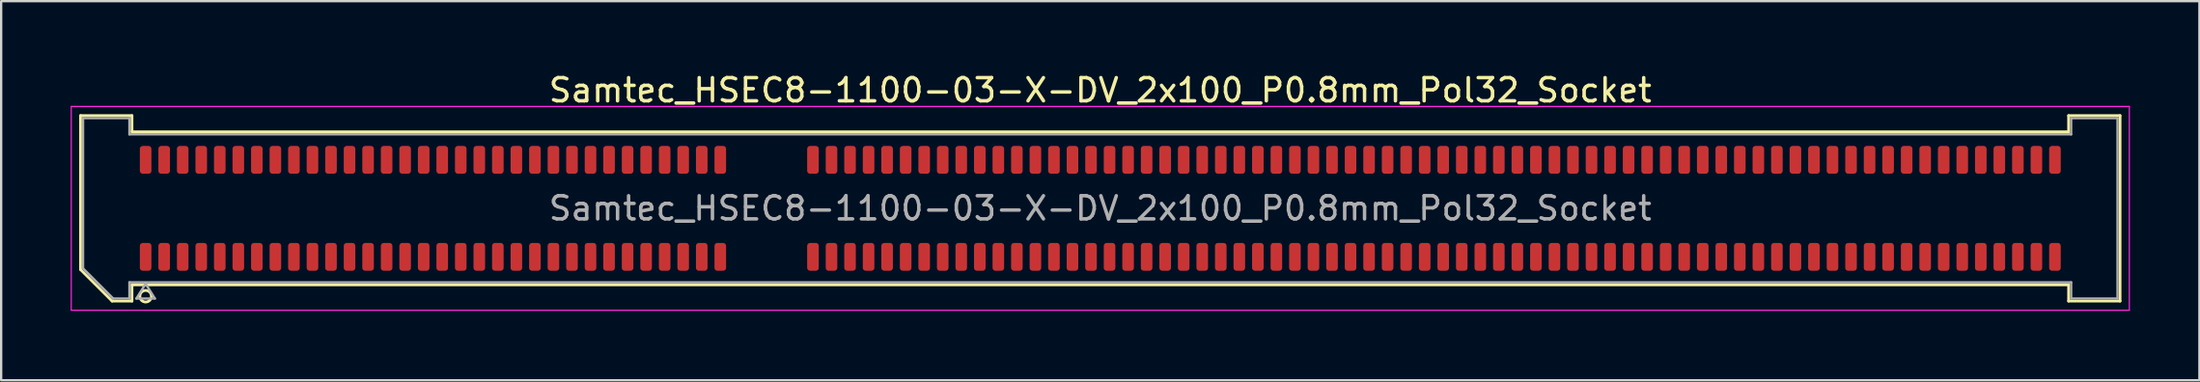
<source format=kicad_pcb>
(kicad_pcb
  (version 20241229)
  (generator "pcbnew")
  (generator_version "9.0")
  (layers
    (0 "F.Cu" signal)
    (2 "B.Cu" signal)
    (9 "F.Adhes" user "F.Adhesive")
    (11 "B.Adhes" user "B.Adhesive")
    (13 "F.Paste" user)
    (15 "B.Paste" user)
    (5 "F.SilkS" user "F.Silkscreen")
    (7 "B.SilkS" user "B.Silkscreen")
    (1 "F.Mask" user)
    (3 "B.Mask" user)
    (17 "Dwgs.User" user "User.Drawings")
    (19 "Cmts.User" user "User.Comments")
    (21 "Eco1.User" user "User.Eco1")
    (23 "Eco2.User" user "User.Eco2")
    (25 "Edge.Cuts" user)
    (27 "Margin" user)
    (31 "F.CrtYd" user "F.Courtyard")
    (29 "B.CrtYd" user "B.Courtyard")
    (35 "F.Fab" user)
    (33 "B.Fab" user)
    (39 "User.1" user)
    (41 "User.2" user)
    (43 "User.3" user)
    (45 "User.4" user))
  (footprint "Samtec_HSEC8-1100-03-X-DV_2x100_P0.8mm_Pol32_Socket"
    (layer "F.Cu")
    (at 44.435 5.948)
    (property "Reference" "Samtec_HSEC8-1100-03-X-DV_2x100_P0.8mm_Pol32_Socket" (at 0 -5.1 0) (layer "F.SilkS") (effects (font (size 1 1) (thickness 0.15))))
    (attr smd)
    (fp_line (start -44.01 -4.005) (end -41.79 -4.005) (stroke (width 0.12) (type solid)) (layer "F.SilkS"))
    (fp_line (start -44.01 2.641) (end -44.01 -4.005) (stroke (width 0.12) (type solid)) (layer "F.SilkS"))
    (fp_line (start -42.646 4.005) (end -44.01 2.641) (stroke (width 0.12) (type solid)) (layer "F.SilkS"))
    (fp_line (start -41.79 -4.005) (end -41.79 -3.305) (stroke (width 0.12) (type solid)) (layer "F.SilkS"))
    (fp_line (start -41.79 -3.305) (end 41.79 -3.305) (stroke (width 0.12) (type solid)) (layer "F.SilkS"))
    (fp_line (start -41.79 3.305) (end -41.79 4.005) (stroke (width 0.12) (type solid)) (layer "F.SilkS"))
    (fp_line (start -41.79 4.005) (end -42.646 4.005) (stroke (width 0.12) (type solid)) (layer "F.SilkS"))
    (fp_line (start 41.79 -4.005) (end 44.01 -4.005) (stroke (width 0.12) (type solid)) (layer "F.SilkS"))
    (fp_line (start 41.79 -3.305) (end 41.79 -4.005) (stroke (width 0.12) (type solid)) (layer "F.SilkS"))
    (fp_line (start 41.79 3.305) (end -41.79 3.305) (stroke (width 0.12) (type solid)) (layer "F.SilkS"))
    (fp_line (start 41.79 4.005) (end 41.79 3.305) (stroke (width 0.12) (type solid)) (layer "F.SilkS"))
    (fp_line (start 44.01 -4.005) (end 44.01 4.005) (stroke (width 0.12) (type solid)) (layer "F.SilkS"))
    (fp_line (start 44.01 4.005) (end 41.79 4.005) (stroke (width 0.12) (type solid)) (layer "F.SilkS"))
    (fp_circle (center -41.2 3.795) (end -40.95 3.795) (stroke (width 0.12) (type solid)) (fill no) (layer "F.SilkS"))
    (fp_line (start -44.41 -4.4) (end -44.41 4.4) (stroke (width 0.05) (type solid)) (layer "F.CrtYd"))
    (fp_line (start -44.41 4.4) (end 44.41 4.4) (stroke (width 0.05) (type solid)) (layer "F.CrtYd"))
    (fp_line (start 44.41 -4.4) (end -44.41 -4.4) (stroke (width 0.05) (type solid)) (layer "F.CrtYd"))
    (fp_line (start 44.41 4.4) (end 44.41 -4.4) (stroke (width 0.05) (type solid)) (layer "F.CrtYd"))
    (fp_line (start -43.9 -3.895) (end -41.9 -3.895) (stroke (width 0.1) (type solid)) (layer "F.Fab"))
    (fp_line (start -43.9 2.595) (end -43.9 -3.895) (stroke (width 0.1) (type solid)) (layer "F.Fab"))
    (fp_line (start -42.6 3.895) (end -43.9 2.595) (stroke (width 0.1) (type solid)) (layer "F.Fab"))
    (fp_line (start -41.9 -3.895) (end -41.9 -3.195) (stroke (width 0.1) (type solid)) (layer "F.Fab"))
    (fp_line (start -41.9 -3.195) (end 41.9 -3.195) (stroke (width 0.1) (type solid)) (layer "F.Fab"))
    (fp_line (start -41.9 3.195) (end -41.9 3.895) (stroke (width 0.1) (type solid)) (layer "F.Fab"))
    (fp_line (start -41.9 3.895) (end -42.6 3.895) (stroke (width 0.1) (type solid)) (layer "F.Fab"))
    (fp_line (start -41.6 3.895) (end -41.2 3.255) (stroke (width 0.1) (type solid)) (layer "F.Fab"))
    (fp_line (start -41.2 3.255) (end -40.8 3.895) (stroke (width 0.1) (type solid)) (layer "F.Fab"))
    (fp_line (start -40.8 3.895) (end -41.6 3.895) (stroke (width 0.1) (type solid)) (layer "F.Fab"))
    (fp_line (start 41.9 -3.895) (end 43.9 -3.895) (stroke (width 0.1) (type solid)) (layer "F.Fab"))
    (fp_line (start 41.9 -3.195) (end 41.9 -3.895) (stroke (width 0.1) (type solid)) (layer "F.Fab"))
    (fp_line (start 41.9 3.195) (end -41.9 3.195) (stroke (width 0.1) (type solid)) (layer "F.Fab"))
    (fp_line (start 41.9 3.895) (end 41.9 3.195) (stroke (width 0.1) (type solid)) (layer "F.Fab"))
    (fp_line (start 43.9 -3.895) (end 43.9 3.895) (stroke (width 0.1) (type solid)) (layer "F.Fab"))
    (fp_line (start 43.9 3.895) (end 41.9 3.895) (stroke (width 0.1) (type solid)) (layer "F.Fab"))
    (fp_text user "${REFERENCE}" (at 0 0 0) (layer "F.Fab") (effects (font (size 1 1) (thickness 0.15))))
    (pad "1" smd roundrect (at -41.2 2.095) (size 0.5 1.2) (layers "F.Cu" "F.Mask" "F.Paste") (roundrect_rratio 0.25))
    (pad "2" smd roundrect (at -41.2 -2.095) (size 0.5 1.2) (layers "F.Cu" "F.Mask" "F.Paste") (roundrect_rratio 0.25))
    (pad "3" smd roundrect (at -40.4 2.095) (size 0.5 1.2) (layers "F.Cu" "F.Mask" "F.Paste") (roundrect_rratio 0.25))
    (pad "4" smd roundrect (at -40.4 -2.095) (size 0.5 1.2) (layers "F.Cu" "F.Mask" "F.Paste") (roundrect_rratio 0.25))
    (pad "5" smd roundrect (at -39.6 2.095) (size 0.5 1.2) (layers "F.Cu" "F.Mask" "F.Paste") (roundrect_rratio 0.25))
    (pad "6" smd roundrect (at -39.6 -2.095) (size 0.5 1.2) (layers "F.Cu" "F.Mask" "F.Paste") (roundrect_rratio 0.25))
    (pad "7" smd roundrect (at -38.8 2.095) (size 0.5 1.2) (layers "F.Cu" "F.Mask" "F.Paste") (roundrect_rratio 0.25))
    (pad "8" smd roundrect (at -38.8 -2.095) (size 0.5 1.2) (layers "F.Cu" "F.Mask" "F.Paste") (roundrect_rratio 0.25))
    (pad "9" smd roundrect (at -38 2.095) (size 0.5 1.2) (layers "F.Cu" "F.Mask" "F.Paste") (roundrect_rratio 0.25))
    (pad "10" smd roundrect (at -38 -2.095) (size 0.5 1.2) (layers "F.Cu" "F.Mask" "F.Paste") (roundrect_rratio 0.25))
    (pad "11" smd roundrect (at -37.2 2.095) (size 0.5 1.2) (layers "F.Cu" "F.Mask" "F.Paste") (roundrect_rratio 0.25))
    (pad "12" smd roundrect (at -37.2 -2.095) (size 0.5 1.2) (layers "F.Cu" "F.Mask" "F.Paste") (roundrect_rratio 0.25))
    (pad "13" smd roundrect (at -36.4 2.095) (size 0.5 1.2) (layers "F.Cu" "F.Mask" "F.Paste") (roundrect_rratio 0.25))
    (pad "14" smd roundrect (at -36.4 -2.095) (size 0.5 1.2) (layers "F.Cu" "F.Mask" "F.Paste") (roundrect_rratio 0.25))
    (pad "15" smd roundrect (at -35.6 2.095) (size 0.5 1.2) (layers "F.Cu" "F.Mask" "F.Paste") (roundrect_rratio 0.25))
    (pad "16" smd roundrect (at -35.6 -2.095) (size 0.5 1.2) (layers "F.Cu" "F.Mask" "F.Paste") (roundrect_rratio 0.25))
    (pad "17" smd roundrect (at -34.8 2.095) (size 0.5 1.2) (layers "F.Cu" "F.Mask" "F.Paste") (roundrect_rratio 0.25))
    (pad "18" smd roundrect (at -34.8 -2.095) (size 0.5 1.2) (layers "F.Cu" "F.Mask" "F.Paste") (roundrect_rratio 0.25))
    (pad "19" smd roundrect (at -34 2.095) (size 0.5 1.2) (layers "F.Cu" "F.Mask" "F.Paste") (roundrect_rratio 0.25))
    (pad "20" smd roundrect (at -34 -2.095) (size 0.5 1.2) (layers "F.Cu" "F.Mask" "F.Paste") (roundrect_rratio 0.25))
    (pad "21" smd roundrect (at -33.2 2.095) (size 0.5 1.2) (layers "F.Cu" "F.Mask" "F.Paste") (roundrect_rratio 0.25))
    (pad "22" smd roundrect (at -33.2 -2.095) (size 0.5 1.2) (layers "F.Cu" "F.Mask" "F.Paste") (roundrect_rratio 0.25))
    (pad "23" smd roundrect (at -32.4 2.095) (size 0.5 1.2) (layers "F.Cu" "F.Mask" "F.Paste") (roundrect_rratio 0.25))
    (pad "24" smd roundrect (at -32.4 -2.095) (size 0.5 1.2) (layers "F.Cu" "F.Mask" "F.Paste") (roundrect_rratio 0.25))
    (pad "25" smd roundrect (at -31.6 2.095) (size 0.5 1.2) (layers "F.Cu" "F.Mask" "F.Paste") (roundrect_rratio 0.25))
    (pad "26" smd roundrect (at -31.6 -2.095) (size 0.5 1.2) (layers "F.Cu" "F.Mask" "F.Paste") (roundrect_rratio 0.25))
    (pad "27" smd roundrect (at -30.8 2.095) (size 0.5 1.2) (layers "F.Cu" "F.Mask" "F.Paste") (roundrect_rratio 0.25))
    (pad "28" smd roundrect (at -30.8 -2.095) (size 0.5 1.2) (layers "F.Cu" "F.Mask" "F.Paste") (roundrect_rratio 0.25))
    (pad "29" smd roundrect (at -30 2.095) (size 0.5 1.2) (layers "F.Cu" "F.Mask" "F.Paste") (roundrect_rratio 0.25))
    (pad "30" smd roundrect (at -30 -2.095) (size 0.5 1.2) (layers "F.Cu" "F.Mask" "F.Paste") (roundrect_rratio 0.25))
    (pad "31" smd roundrect (at -29.2 2.095) (size 0.5 1.2) (layers "F.Cu" "F.Mask" "F.Paste") (roundrect_rratio 0.25))
    (pad "32" smd roundrect (at -29.2 -2.095) (size 0.5 1.2) (layers "F.Cu" "F.Mask" "F.Paste") (roundrect_rratio 0.25))
    (pad "33" smd roundrect (at -28.4 2.095) (size 0.5 1.2) (layers "F.Cu" "F.Mask" "F.Paste") (roundrect_rratio 0.25))
    (pad "34" smd roundrect (at -28.4 -2.095) (size 0.5 1.2) (layers "F.Cu" "F.Mask" "F.Paste") (roundrect_rratio 0.25))
    (pad "35" smd roundrect (at -27.6 2.095) (size 0.5 1.2) (layers "F.Cu" "F.Mask" "F.Paste") (roundrect_rratio 0.25))
    (pad "36" smd roundrect (at -27.6 -2.095) (size 0.5 1.2) (layers "F.Cu" "F.Mask" "F.Paste") (roundrect_rratio 0.25))
    (pad "37" smd roundrect (at -26.8 2.095) (size 0.5 1.2) (layers "F.Cu" "F.Mask" "F.Paste") (roundrect_rratio 0.25))
    (pad "38" smd roundrect (at -26.8 -2.095) (size 0.5 1.2) (layers "F.Cu" "F.Mask" "F.Paste") (roundrect_rratio 0.25))
    (pad "39" smd roundrect (at -26 2.095) (size 0.5 1.2) (layers "F.Cu" "F.Mask" "F.Paste") (roundrect_rratio 0.25))
    (pad "40" smd roundrect (at -26 -2.095) (size 0.5 1.2) (layers "F.Cu" "F.Mask" "F.Paste") (roundrect_rratio 0.25))
    (pad "41" smd roundrect (at -25.2 2.095) (size 0.5 1.2) (layers "F.Cu" "F.Mask" "F.Paste") (roundrect_rratio 0.25))
    (pad "42" smd roundrect (at -25.2 -2.095) (size 0.5 1.2) (layers "F.Cu" "F.Mask" "F.Paste") (roundrect_rratio 0.25))
    (pad "43" smd roundrect (at -24.4 2.095) (size 0.5 1.2) (layers "F.Cu" "F.Mask" "F.Paste") (roundrect_rratio 0.25))
    (pad "44" smd roundrect (at -24.4 -2.095) (size 0.5 1.2) (layers "F.Cu" "F.Mask" "F.Paste") (roundrect_rratio 0.25))
    (pad "45" smd roundrect (at -23.6 2.095) (size 0.5 1.2) (layers "F.Cu" "F.Mask" "F.Paste") (roundrect_rratio 0.25))
    (pad "46" smd roundrect (at -23.6 -2.095) (size 0.5 1.2) (layers "F.Cu" "F.Mask" "F.Paste") (roundrect_rratio 0.25))
    (pad "47" smd roundrect (at -22.8 2.095) (size 0.5 1.2) (layers "F.Cu" "F.Mask" "F.Paste") (roundrect_rratio 0.25))
    (pad "48" smd roundrect (at -22.8 -2.095) (size 0.5 1.2) (layers "F.Cu" "F.Mask" "F.Paste") (roundrect_rratio 0.25))
    (pad "49" smd roundrect (at -22 2.095) (size 0.5 1.2) (layers "F.Cu" "F.Mask" "F.Paste") (roundrect_rratio 0.25))
    (pad "50" smd roundrect (at -22 -2.095) (size 0.5 1.2) (layers "F.Cu" "F.Mask" "F.Paste") (roundrect_rratio 0.25))
    (pad "51" smd roundrect (at -21.2 2.095) (size 0.5 1.2) (layers "F.Cu" "F.Mask" "F.Paste") (roundrect_rratio 0.25))
    (pad "52" smd roundrect (at -21.2 -2.095) (size 0.5 1.2) (layers "F.Cu" "F.Mask" "F.Paste") (roundrect_rratio 0.25))
    (pad "53" smd roundrect (at -20.4 2.095) (size 0.5 1.2) (layers "F.Cu" "F.Mask" "F.Paste") (roundrect_rratio 0.25))
    (pad "54" smd roundrect (at -20.4 -2.095) (size 0.5 1.2) (layers "F.Cu" "F.Mask" "F.Paste") (roundrect_rratio 0.25))
    (pad "55" smd roundrect (at -19.6 2.095) (size 0.5 1.2) (layers "F.Cu" "F.Mask" "F.Paste") (roundrect_rratio 0.25))
    (pad "56" smd roundrect (at -19.6 -2.095) (size 0.5 1.2) (layers "F.Cu" "F.Mask" "F.Paste") (roundrect_rratio 0.25))
    (pad "57" smd roundrect (at -18.8 2.095) (size 0.5 1.2) (layers "F.Cu" "F.Mask" "F.Paste") (roundrect_rratio 0.25))
    (pad "58" smd roundrect (at -18.8 -2.095) (size 0.5 1.2) (layers "F.Cu" "F.Mask" "F.Paste") (roundrect_rratio 0.25))
    (pad "59" smd roundrect (at -18 2.095) (size 0.5 1.2) (layers "F.Cu" "F.Mask" "F.Paste") (roundrect_rratio 0.25))
    (pad "60" smd roundrect (at -18 -2.095) (size 0.5 1.2) (layers "F.Cu" "F.Mask" "F.Paste") (roundrect_rratio 0.25))
    (pad "61" smd roundrect (at -17.2 2.095) (size 0.5 1.2) (layers "F.Cu" "F.Mask" "F.Paste") (roundrect_rratio 0.25))
    (pad "62" smd roundrect (at -17.2 -2.095) (size 0.5 1.2) (layers "F.Cu" "F.Mask" "F.Paste") (roundrect_rratio 0.25))
    (pad "63" smd roundrect (at -16.4 2.095) (size 0.5 1.2) (layers "F.Cu" "F.Mask" "F.Paste") (roundrect_rratio 0.25))
    (pad "64" smd roundrect (at -16.4 -2.095) (size 0.5 1.2) (layers "F.Cu" "F.Mask" "F.Paste") (roundrect_rratio 0.25))
    (pad "65" smd roundrect (at -12.4 2.095) (size 0.5 1.2) (layers "F.Cu" "F.Mask" "F.Paste") (roundrect_rratio 0.25))
    (pad "66" smd roundrect (at -12.4 -2.095) (size 0.5 1.2) (layers "F.Cu" "F.Mask" "F.Paste") (roundrect_rratio 0.25))
    (pad "67" smd roundrect (at -11.6 2.095) (size 0.5 1.2) (layers "F.Cu" "F.Mask" "F.Paste") (roundrect_rratio 0.25))
    (pad "68" smd roundrect (at -11.6 -2.095) (size 0.5 1.2) (layers "F.Cu" "F.Mask" "F.Paste") (roundrect_rratio 0.25))
    (pad "69" smd roundrect (at -10.8 2.095) (size 0.5 1.2) (layers "F.Cu" "F.Mask" "F.Paste") (roundrect_rratio 0.25))
    (pad "70" smd roundrect (at -10.8 -2.095) (size 0.5 1.2) (layers "F.Cu" "F.Mask" "F.Paste") (roundrect_rratio 0.25))
    (pad "71" smd roundrect (at -10 2.095) (size 0.5 1.2) (layers "F.Cu" "F.Mask" "F.Paste") (roundrect_rratio 0.25))
    (pad "72" smd roundrect (at -10 -2.095) (size 0.5 1.2) (layers "F.Cu" "F.Mask" "F.Paste") (roundrect_rratio 0.25))
    (pad "73" smd roundrect (at -9.2 2.095) (size 0.5 1.2) (layers "F.Cu" "F.Mask" "F.Paste") (roundrect_rratio 0.25))
    (pad "74" smd roundrect (at -9.2 -2.095) (size 0.5 1.2) (layers "F.Cu" "F.Mask" "F.Paste") (roundrect_rratio 0.25))
    (pad "75" smd roundrect (at -8.4 2.095) (size 0.5 1.2) (layers "F.Cu" "F.Mask" "F.Paste") (roundrect_rratio 0.25))
    (pad "76" smd roundrect (at -8.4 -2.095) (size 0.5 1.2) (layers "F.Cu" "F.Mask" "F.Paste") (roundrect_rratio 0.25))
    (pad "77" smd roundrect (at -7.6 2.095) (size 0.5 1.2) (layers "F.Cu" "F.Mask" "F.Paste") (roundrect_rratio 0.25))
    (pad "78" smd roundrect (at -7.6 -2.095) (size 0.5 1.2) (layers "F.Cu" "F.Mask" "F.Paste") (roundrect_rratio 0.25))
    (pad "79" smd roundrect (at -6.8 2.095) (size 0.5 1.2) (layers "F.Cu" "F.Mask" "F.Paste") (roundrect_rratio 0.25))
    (pad "80" smd roundrect (at -6.8 -2.095) (size 0.5 1.2) (layers "F.Cu" "F.Mask" "F.Paste") (roundrect_rratio 0.25))
    (pad "81" smd roundrect (at -6 2.095) (size 0.5 1.2) (layers "F.Cu" "F.Mask" "F.Paste") (roundrect_rratio 0.25))
    (pad "82" smd roundrect (at -6 -2.095) (size 0.5 1.2) (layers "F.Cu" "F.Mask" "F.Paste") (roundrect_rratio 0.25))
    (pad "83" smd roundrect (at -5.2 2.095) (size 0.5 1.2) (layers "F.Cu" "F.Mask" "F.Paste") (roundrect_rratio 0.25))
    (pad "84" smd roundrect (at -5.2 -2.095) (size 0.5 1.2) (layers "F.Cu" "F.Mask" "F.Paste") (roundrect_rratio 0.25))
    (pad "85" smd roundrect (at -4.4 2.095) (size 0.5 1.2) (layers "F.Cu" "F.Mask" "F.Paste") (roundrect_rratio 0.25))
    (pad "86" smd roundrect (at -4.4 -2.095) (size 0.5 1.2) (layers "F.Cu" "F.Mask" "F.Paste") (roundrect_rratio 0.25))
    (pad "87" smd roundrect (at -3.6 2.095) (size 0.5 1.2) (layers "F.Cu" "F.Mask" "F.Paste") (roundrect_rratio 0.25))
    (pad "88" smd roundrect (at -3.6 -2.095) (size 0.5 1.2) (layers "F.Cu" "F.Mask" "F.Paste") (roundrect_rratio 0.25))
    (pad "89" smd roundrect (at -2.8 2.095) (size 0.5 1.2) (layers "F.Cu" "F.Mask" "F.Paste") (roundrect_rratio 0.25))
    (pad "90" smd roundrect (at -2.8 -2.095) (size 0.5 1.2) (layers "F.Cu" "F.Mask" "F.Paste") (roundrect_rratio 0.25))
    (pad "91" smd roundrect (at -2 2.095) (size 0.5 1.2) (layers "F.Cu" "F.Mask" "F.Paste") (roundrect_rratio 0.25))
    (pad "92" smd roundrect (at -2 -2.095) (size 0.5 1.2) (layers "F.Cu" "F.Mask" "F.Paste") (roundrect_rratio 0.25))
    (pad "93" smd roundrect (at -1.2 2.095) (size 0.5 1.2) (layers "F.Cu" "F.Mask" "F.Paste") (roundrect_rratio 0.25))
    (pad "94" smd roundrect (at -1.2 -2.095) (size 0.5 1.2) (layers "F.Cu" "F.Mask" "F.Paste") (roundrect_rratio 0.25))
    (pad "95" smd roundrect (at -0.4 2.095) (size 0.5 1.2) (layers "F.Cu" "F.Mask" "F.Paste") (roundrect_rratio 0.25))
    (pad "96" smd roundrect (at -0.4 -2.095) (size 0.5 1.2) (layers "F.Cu" "F.Mask" "F.Paste") (roundrect_rratio 0.25))
    (pad "97" smd roundrect (at 0.4 2.095) (size 0.5 1.2) (layers "F.Cu" "F.Mask" "F.Paste") (roundrect_rratio 0.25))
    (pad "98" smd roundrect (at 0.4 -2.095) (size 0.5 1.2) (layers "F.Cu" "F.Mask" "F.Paste") (roundrect_rratio 0.25))
    (pad "99" smd roundrect (at 1.2 2.095) (size 0.5 1.2) (layers "F.Cu" "F.Mask" "F.Paste") (roundrect_rratio 0.25))
    (pad "100" smd roundrect (at 1.2 -2.095) (size 0.5 1.2) (layers "F.Cu" "F.Mask" "F.Paste") (roundrect_rratio 0.25))
    (pad "101" smd roundrect (at 2 2.095) (size 0.5 1.2) (layers "F.Cu" "F.Mask" "F.Paste") (roundrect_rratio 0.25))
    (pad "102" smd roundrect (at 2 -2.095) (size 0.5 1.2) (layers "F.Cu" "F.Mask" "F.Paste") (roundrect_rratio 0.25))
    (pad "103" smd roundrect (at 2.8 2.095) (size 0.5 1.2) (layers "F.Cu" "F.Mask" "F.Paste") (roundrect_rratio 0.25))
    (pad "104" smd roundrect (at 2.8 -2.095) (size 0.5 1.2) (layers "F.Cu" "F.Mask" "F.Paste") (roundrect_rratio 0.25))
    (pad "105" smd roundrect (at 3.6 2.095) (size 0.5 1.2) (layers "F.Cu" "F.Mask" "F.Paste") (roundrect_rratio 0.25))
    (pad "106" smd roundrect (at 3.6 -2.095) (size 0.5 1.2) (layers "F.Cu" "F.Mask" "F.Paste") (roundrect_rratio 0.25))
    (pad "107" smd roundrect (at 4.4 2.095) (size 0.5 1.2) (layers "F.Cu" "F.Mask" "F.Paste") (roundrect_rratio 0.25))
    (pad "108" smd roundrect (at 4.4 -2.095) (size 0.5 1.2) (layers "F.Cu" "F.Mask" "F.Paste") (roundrect_rratio 0.25))
    (pad "109" smd roundrect (at 5.2 2.095) (size 0.5 1.2) (layers "F.Cu" "F.Mask" "F.Paste") (roundrect_rratio 0.25))
    (pad "110" smd roundrect (at 5.2 -2.095) (size 0.5 1.2) (layers "F.Cu" "F.Mask" "F.Paste") (roundrect_rratio 0.25))
    (pad "111" smd roundrect (at 6 2.095) (size 0.5 1.2) (layers "F.Cu" "F.Mask" "F.Paste") (roundrect_rratio 0.25))
    (pad "112" smd roundrect (at 6 -2.095) (size 0.5 1.2) (layers "F.Cu" "F.Mask" "F.Paste") (roundrect_rratio 0.25))
    (pad "113" smd roundrect (at 6.8 2.095) (size 0.5 1.2) (layers "F.Cu" "F.Mask" "F.Paste") (roundrect_rratio 0.25))
    (pad "114" smd roundrect (at 6.8 -2.095) (size 0.5 1.2) (layers "F.Cu" "F.Mask" "F.Paste") (roundrect_rratio 0.25))
    (pad "115" smd roundrect (at 7.6 2.095) (size 0.5 1.2) (layers "F.Cu" "F.Mask" "F.Paste") (roundrect_rratio 0.25))
    (pad "116" smd roundrect (at 7.6 -2.095) (size 0.5 1.2) (layers "F.Cu" "F.Mask" "F.Paste") (roundrect_rratio 0.25))
    (pad "117" smd roundrect (at 8.4 2.095) (size 0.5 1.2) (layers "F.Cu" "F.Mask" "F.Paste") (roundrect_rratio 0.25))
    (pad "118" smd roundrect (at 8.4 -2.095) (size 0.5 1.2) (layers "F.Cu" "F.Mask" "F.Paste") (roundrect_rratio 0.25))
    (pad "119" smd roundrect (at 9.2 2.095) (size 0.5 1.2) (layers "F.Cu" "F.Mask" "F.Paste") (roundrect_rratio 0.25))
    (pad "120" smd roundrect (at 9.2 -2.095) (size 0.5 1.2) (layers "F.Cu" "F.Mask" "F.Paste") (roundrect_rratio 0.25))
    (pad "121" smd roundrect (at 10 2.095) (size 0.5 1.2) (layers "F.Cu" "F.Mask" "F.Paste") (roundrect_rratio 0.25))
    (pad "122" smd roundrect (at 10 -2.095) (size 0.5 1.2) (layers "F.Cu" "F.Mask" "F.Paste") (roundrect_rratio 0.25))
    (pad "123" smd roundrect (at 10.8 2.095) (size 0.5 1.2) (layers "F.Cu" "F.Mask" "F.Paste") (roundrect_rratio 0.25))
    (pad "124" smd roundrect (at 10.8 -2.095) (size 0.5 1.2) (layers "F.Cu" "F.Mask" "F.Paste") (roundrect_rratio 0.25))
    (pad "125" smd roundrect (at 11.6 2.095) (size 0.5 1.2) (layers "F.Cu" "F.Mask" "F.Paste") (roundrect_rratio 0.25))
    (pad "126" smd roundrect (at 11.6 -2.095) (size 0.5 1.2) (layers "F.Cu" "F.Mask" "F.Paste") (roundrect_rratio 0.25))
    (pad "127" smd roundrect (at 12.4 2.095) (size 0.5 1.2) (layers "F.Cu" "F.Mask" "F.Paste") (roundrect_rratio 0.25))
    (pad "128" smd roundrect (at 12.4 -2.095) (size 0.5 1.2) (layers "F.Cu" "F.Mask" "F.Paste") (roundrect_rratio 0.25))
    (pad "129" smd roundrect (at 13.2 2.095) (size 0.5 1.2) (layers "F.Cu" "F.Mask" "F.Paste") (roundrect_rratio 0.25))
    (pad "130" smd roundrect (at 13.2 -2.095) (size 0.5 1.2) (layers "F.Cu" "F.Mask" "F.Paste") (roundrect_rratio 0.25))
    (pad "131" smd roundrect (at 14 2.095) (size 0.5 1.2) (layers "F.Cu" "F.Mask" "F.Paste") (roundrect_rratio 0.25))
    (pad "132" smd roundrect (at 14 -2.095) (size 0.5 1.2) (layers "F.Cu" "F.Mask" "F.Paste") (roundrect_rratio 0.25))
    (pad "133" smd roundrect (at 14.8 2.095) (size 0.5 1.2) (layers "F.Cu" "F.Mask" "F.Paste") (roundrect_rratio 0.25))
    (pad "134" smd roundrect (at 14.8 -2.095) (size 0.5 1.2) (layers "F.Cu" "F.Mask" "F.Paste") (roundrect_rratio 0.25))
    (pad "135" smd roundrect (at 15.6 2.095) (size 0.5 1.2) (layers "F.Cu" "F.Mask" "F.Paste") (roundrect_rratio 0.25))
    (pad "136" smd roundrect (at 15.6 -2.095) (size 0.5 1.2) (layers "F.Cu" "F.Mask" "F.Paste") (roundrect_rratio 0.25))
    (pad "137" smd roundrect (at 16.4 2.095) (size 0.5 1.2) (layers "F.Cu" "F.Mask" "F.Paste") (roundrect_rratio 0.25))
    (pad "138" smd roundrect (at 16.4 -2.095) (size 0.5 1.2) (layers "F.Cu" "F.Mask" "F.Paste") (roundrect_rratio 0.25))
    (pad "139" smd roundrect (at 17.2 2.095) (size 0.5 1.2) (layers "F.Cu" "F.Mask" "F.Paste") (roundrect_rratio 0.25))
    (pad "140" smd roundrect (at 17.2 -2.095) (size 0.5 1.2) (layers "F.Cu" "F.Mask" "F.Paste") (roundrect_rratio 0.25))
    (pad "141" smd roundrect (at 18 2.095) (size 0.5 1.2) (layers "F.Cu" "F.Mask" "F.Paste") (roundrect_rratio 0.25))
    (pad "142" smd roundrect (at 18 -2.095) (size 0.5 1.2) (layers "F.Cu" "F.Mask" "F.Paste") (roundrect_rratio 0.25))
    (pad "143" smd roundrect (at 18.8 2.095) (size 0.5 1.2) (layers "F.Cu" "F.Mask" "F.Paste") (roundrect_rratio 0.25))
    (pad "144" smd roundrect (at 18.8 -2.095) (size 0.5 1.2) (layers "F.Cu" "F.Mask" "F.Paste") (roundrect_rratio 0.25))
    (pad "145" smd roundrect (at 19.6 2.095) (size 0.5 1.2) (layers "F.Cu" "F.Mask" "F.Paste") (roundrect_rratio 0.25))
    (pad "146" smd roundrect (at 19.6 -2.095) (size 0.5 1.2) (layers "F.Cu" "F.Mask" "F.Paste") (roundrect_rratio 0.25))
    (pad "147" smd roundrect (at 20.4 2.095) (size 0.5 1.2) (layers "F.Cu" "F.Mask" "F.Paste") (roundrect_rratio 0.25))
    (pad "148" smd roundrect (at 20.4 -2.095) (size 0.5 1.2) (layers "F.Cu" "F.Mask" "F.Paste") (roundrect_rratio 0.25))
    (pad "149" smd roundrect (at 21.2 2.095) (size 0.5 1.2) (layers "F.Cu" "F.Mask" "F.Paste") (roundrect_rratio 0.25))
    (pad "150" smd roundrect (at 21.2 -2.095) (size 0.5 1.2) (layers "F.Cu" "F.Mask" "F.Paste") (roundrect_rratio 0.25))
    (pad "151" smd roundrect (at 22 2.095) (size 0.5 1.2) (layers "F.Cu" "F.Mask" "F.Paste") (roundrect_rratio 0.25))
    (pad "152" smd roundrect (at 22 -2.095) (size 0.5 1.2) (layers "F.Cu" "F.Mask" "F.Paste") (roundrect_rratio 0.25))
    (pad "153" smd roundrect (at 22.8 2.095) (size 0.5 1.2) (layers "F.Cu" "F.Mask" "F.Paste") (roundrect_rratio 0.25))
    (pad "154" smd roundrect (at 22.8 -2.095) (size 0.5 1.2) (layers "F.Cu" "F.Mask" "F.Paste") (roundrect_rratio 0.25))
    (pad "155" smd roundrect (at 23.6 2.095) (size 0.5 1.2) (layers "F.Cu" "F.Mask" "F.Paste") (roundrect_rratio 0.25))
    (pad "156" smd roundrect (at 23.6 -2.095) (size 0.5 1.2) (layers "F.Cu" "F.Mask" "F.Paste") (roundrect_rratio 0.25))
    (pad "157" smd roundrect (at 24.4 2.095) (size 0.5 1.2) (layers "F.Cu" "F.Mask" "F.Paste") (roundrect_rratio 0.25))
    (pad "158" smd roundrect (at 24.4 -2.095) (size 0.5 1.2) (layers "F.Cu" "F.Mask" "F.Paste") (roundrect_rratio 0.25))
    (pad "159" smd roundrect (at 25.2 2.095) (size 0.5 1.2) (layers "F.Cu" "F.Mask" "F.Paste") (roundrect_rratio 0.25))
    (pad "160" smd roundrect (at 25.2 -2.095) (size 0.5 1.2) (layers "F.Cu" "F.Mask" "F.Paste") (roundrect_rratio 0.25))
    (pad "161" smd roundrect (at 26 2.095) (size 0.5 1.2) (layers "F.Cu" "F.Mask" "F.Paste") (roundrect_rratio 0.25))
    (pad "162" smd roundrect (at 26 -2.095) (size 0.5 1.2) (layers "F.Cu" "F.Mask" "F.Paste") (roundrect_rratio 0.25))
    (pad "163" smd roundrect (at 26.8 2.095) (size 0.5 1.2) (layers "F.Cu" "F.Mask" "F.Paste") (roundrect_rratio 0.25))
    (pad "164" smd roundrect (at 26.8 -2.095) (size 0.5 1.2) (layers "F.Cu" "F.Mask" "F.Paste") (roundrect_rratio 0.25))
    (pad "165" smd roundrect (at 27.6 2.095) (size 0.5 1.2) (layers "F.Cu" "F.Mask" "F.Paste") (roundrect_rratio 0.25))
    (pad "166" smd roundrect (at 27.6 -2.095) (size 0.5 1.2) (layers "F.Cu" "F.Mask" "F.Paste") (roundrect_rratio 0.25))
    (pad "167" smd roundrect (at 28.4 2.095) (size 0.5 1.2) (layers "F.Cu" "F.Mask" "F.Paste") (roundrect_rratio 0.25))
    (pad "168" smd roundrect (at 28.4 -2.095) (size 0.5 1.2) (layers "F.Cu" "F.Mask" "F.Paste") (roundrect_rratio 0.25))
    (pad "169" smd roundrect (at 29.2 2.095) (size 0.5 1.2) (layers "F.Cu" "F.Mask" "F.Paste") (roundrect_rratio 0.25))
    (pad "170" smd roundrect (at 29.2 -2.095) (size 0.5 1.2) (layers "F.Cu" "F.Mask" "F.Paste") (roundrect_rratio 0.25))
    (pad "171" smd roundrect (at 30 2.095) (size 0.5 1.2) (layers "F.Cu" "F.Mask" "F.Paste") (roundrect_rratio 0.25))
    (pad "172" smd roundrect (at 30 -2.095) (size 0.5 1.2) (layers "F.Cu" "F.Mask" "F.Paste") (roundrect_rratio 0.25))
    (pad "173" smd roundrect (at 30.8 2.095) (size 0.5 1.2) (layers "F.Cu" "F.Mask" "F.Paste") (roundrect_rratio 0.25))
    (pad "174" smd roundrect (at 30.8 -2.095) (size 0.5 1.2) (layers "F.Cu" "F.Mask" "F.Paste") (roundrect_rratio 0.25))
    (pad "175" smd roundrect (at 31.6 2.095) (size 0.5 1.2) (layers "F.Cu" "F.Mask" "F.Paste") (roundrect_rratio 0.25))
    (pad "176" smd roundrect (at 31.6 -2.095) (size 0.5 1.2) (layers "F.Cu" "F.Mask" "F.Paste") (roundrect_rratio 0.25))
    (pad "177" smd roundrect (at 32.4 2.095) (size 0.5 1.2) (layers "F.Cu" "F.Mask" "F.Paste") (roundrect_rratio 0.25))
    (pad "178" smd roundrect (at 32.4 -2.095) (size 0.5 1.2) (layers "F.Cu" "F.Mask" "F.Paste") (roundrect_rratio 0.25))
    (pad "179" smd roundrect (at 33.2 2.095) (size 0.5 1.2) (layers "F.Cu" "F.Mask" "F.Paste") (roundrect_rratio 0.25))
    (pad "180" smd roundrect (at 33.2 -2.095) (size 0.5 1.2) (layers "F.Cu" "F.Mask" "F.Paste") (roundrect_rratio 0.25))
    (pad "181" smd roundrect (at 34 2.095) (size 0.5 1.2) (layers "F.Cu" "F.Mask" "F.Paste") (roundrect_rratio 0.25))
    (pad "182" smd roundrect (at 34 -2.095) (size 0.5 1.2) (layers "F.Cu" "F.Mask" "F.Paste") (roundrect_rratio 0.25))
    (pad "183" smd roundrect (at 34.8 2.095) (size 0.5 1.2) (layers "F.Cu" "F.Mask" "F.Paste") (roundrect_rratio 0.25))
    (pad "184" smd roundrect (at 34.8 -2.095) (size 0.5 1.2) (layers "F.Cu" "F.Mask" "F.Paste") (roundrect_rratio 0.25))
    (pad "185" smd roundrect (at 35.6 2.095) (size 0.5 1.2) (layers "F.Cu" "F.Mask" "F.Paste") (roundrect_rratio 0.25))
    (pad "186" smd roundrect (at 35.6 -2.095) (size 0.5 1.2) (layers "F.Cu" "F.Mask" "F.Paste") (roundrect_rratio 0.25))
    (pad "187" smd roundrect (at 36.4 2.095) (size 0.5 1.2) (layers "F.Cu" "F.Mask" "F.Paste") (roundrect_rratio 0.25))
    (pad "188" smd roundrect (at 36.4 -2.095) (size 0.5 1.2) (layers "F.Cu" "F.Mask" "F.Paste") (roundrect_rratio 0.25))
    (pad "189" smd roundrect (at 37.2 2.095) (size 0.5 1.2) (layers "F.Cu" "F.Mask" "F.Paste") (roundrect_rratio 0.25))
    (pad "190" smd roundrect (at 37.2 -2.095) (size 0.5 1.2) (layers "F.Cu" "F.Mask" "F.Paste") (roundrect_rratio 0.25))
    (pad "191" smd roundrect (at 38 2.095) (size 0.5 1.2) (layers "F.Cu" "F.Mask" "F.Paste") (roundrect_rratio 0.25))
    (pad "192" smd roundrect (at 38 -2.095) (size 0.5 1.2) (layers "F.Cu" "F.Mask" "F.Paste") (roundrect_rratio 0.25))
    (pad "193" smd roundrect (at 38.8 2.095) (size 0.5 1.2) (layers "F.Cu" "F.Mask" "F.Paste") (roundrect_rratio 0.25))
    (pad "194" smd roundrect (at 38.8 -2.095) (size 0.5 1.2) (layers "F.Cu" "F.Mask" "F.Paste") (roundrect_rratio 0.25))
    (pad "195" smd roundrect (at 39.6 2.095) (size 0.5 1.2) (layers "F.Cu" "F.Mask" "F.Paste") (roundrect_rratio 0.25))
    (pad "196" smd roundrect (at 39.6 -2.095) (size 0.5 1.2) (layers "F.Cu" "F.Mask" "F.Paste") (roundrect_rratio 0.25))
    (pad "197" smd roundrect (at 40.4 2.095) (size 0.5 1.2) (layers "F.Cu" "F.Mask" "F.Paste") (roundrect_rratio 0.25))
    (pad "198" smd roundrect (at 40.4 -2.095) (size 0.5 1.2) (layers "F.Cu" "F.Mask" "F.Paste") (roundrect_rratio 0.25))
    (pad "199" smd roundrect (at 41.2 2.095) (size 0.5 1.2) (layers "F.Cu" "F.Mask" "F.Paste") (roundrect_rratio 0.25))
    (pad "200" smd roundrect (at 41.2 -2.095) (size 0.5 1.2) (layers "F.Cu" "F.Mask" "F.Paste") (roundrect_rratio 0.25)))
  (gr_rect
    (start -3 -3)
    (end 91.87 13.373)
    (stroke (width 0.1) (type default))
    (fill no)
    (layer "Edge.Cuts")))
</source>
